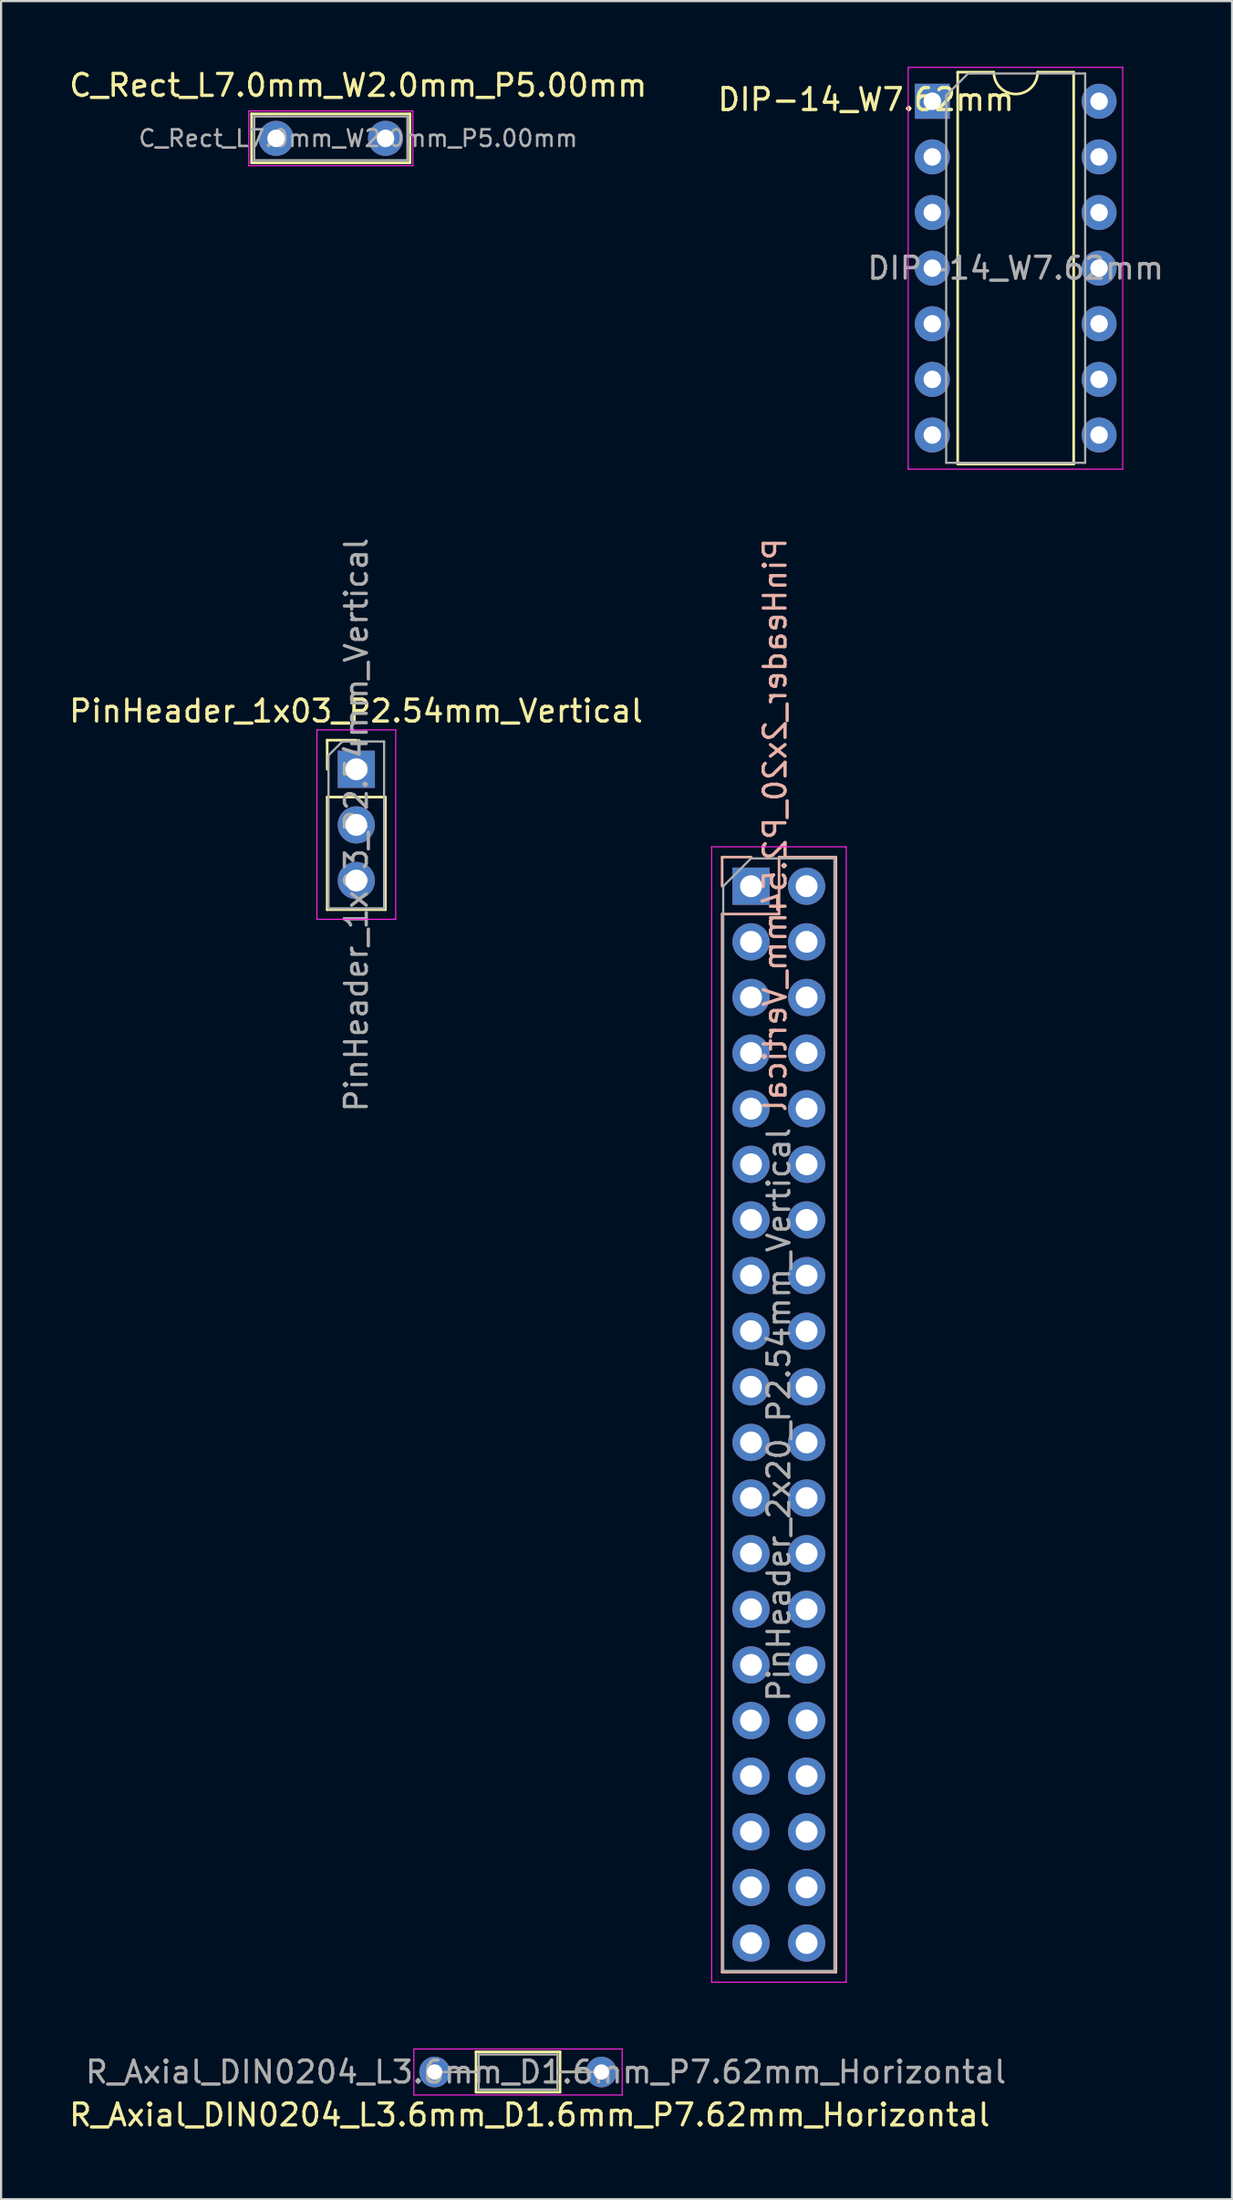
<source format=kicad_pcb>
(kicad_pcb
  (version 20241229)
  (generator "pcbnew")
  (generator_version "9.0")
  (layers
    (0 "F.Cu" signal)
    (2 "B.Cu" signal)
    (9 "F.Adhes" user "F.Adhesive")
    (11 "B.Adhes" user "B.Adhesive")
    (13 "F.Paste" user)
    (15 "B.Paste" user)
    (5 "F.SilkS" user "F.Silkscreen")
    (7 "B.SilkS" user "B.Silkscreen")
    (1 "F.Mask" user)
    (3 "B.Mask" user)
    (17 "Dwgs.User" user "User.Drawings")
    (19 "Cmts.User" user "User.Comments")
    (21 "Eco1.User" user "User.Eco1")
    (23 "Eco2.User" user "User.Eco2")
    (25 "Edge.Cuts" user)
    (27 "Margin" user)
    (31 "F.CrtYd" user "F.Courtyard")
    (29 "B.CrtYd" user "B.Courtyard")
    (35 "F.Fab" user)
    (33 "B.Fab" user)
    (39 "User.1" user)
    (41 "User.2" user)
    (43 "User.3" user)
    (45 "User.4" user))
  (footprint "C_Rect_L7.0mm_W2.0mm_P5.00mm"
    (layer "F.Cu")
    (at 9.565 3.268)
    (property "Reference" "C_Rect_L7.0mm_W2.0mm_P5.00mm" (at 3.75 -2.42 0) (layer "F.SilkS") (effects (font (size 1 1) (thickness 0.15))))
    (attr through_hole)
    (fp_line (start -1.12 -1.12) (end -1.12 1.12) (stroke (width 0.12) (type solid)) (layer "F.SilkS"))
    (fp_line (start -1.12 -1.12) (end 6.12 -1.12) (stroke (width 0.12) (type solid)) (layer "F.SilkS"))
    (fp_line (start -1.12 1.12) (end 6.12 1.12) (stroke (width 0.12) (type solid)) (layer "F.SilkS"))
    (fp_line (start 6.12 -1.12) (end 6.12 1.12) (stroke (width 0.12) (type solid)) (layer "F.SilkS"))
    (fp_line (start -1.25 -1.25) (end -1.25 1.25) (stroke (width 0.05) (type solid)) (layer "F.CrtYd"))
    (fp_line (start -1.25 1.25) (end 6.25 1.25) (stroke (width 0.05) (type solid)) (layer "F.CrtYd"))
    (fp_line (start 6.25 -1.25) (end -1.25 -1.25) (stroke (width 0.05) (type solid)) (layer "F.CrtYd"))
    (fp_line (start 6.25 1.25) (end 6.25 -1.25) (stroke (width 0.05) (type solid)) (layer "F.CrtYd"))
    (fp_line (start -1 -1) (end -1 1) (stroke (width 0.1) (type solid)) (layer "F.Fab"))
    (fp_line (start -1 1) (end 6 1) (stroke (width 0.1) (type solid)) (layer "F.Fab"))
    (fp_line (start 6 -1) (end -1 -1) (stroke (width 0.1) (type solid)) (layer "F.Fab"))
    (fp_line (start 6 1) (end 6 -1) (stroke (width 0.1) (type solid)) (layer "F.Fab"))
    (fp_text user "${REFERENCE}" (at 3.75 0 0) (layer "F.Fab") (effects (font (size 0.76 0.76) (thickness 0.114))))
    (pad "1" thru_hole circle (at 0 0) (size 1.6 1.6) (drill 0.8) (layers "*.Cu" "*.Mask"))
    (pad "2" thru_hole circle (at 5 0) (size 1.6 1.6) (drill 0.8) (layers "*.Cu" "*.Mask")))
  (footprint "PinHeader_2x20_P2.54mm_Vertical"
    (layer "F.Cu")
    (at 31.265 37.42)
    (property "Reference" "PinHeader_2x20_P2.54mm_Vertical" (at 1.1 -2.8 270) (layer "B.SilkS") (effects (font (size 1 1) (thickness 0.15)) (justify mirror)))
    (attr through_hole)
    (fp_line (start -1.32 -1.33) (end 0.01 -1.33) (stroke (width 0.12) (type solid)) (layer "B.SilkS"))
    (fp_line (start -1.32 0) (end -1.32 -1.33) (stroke (width 0.12) (type solid)) (layer "B.SilkS"))
    (fp_line (start -1.32 1.27) (end -1.32 49.59) (stroke (width 0.12) (type solid)) (layer "B.SilkS"))
    (fp_line (start -1.32 1.27) (end 1.28 1.27) (stroke (width 0.12) (type solid)) (layer "B.SilkS"))
    (fp_line (start -1.32 49.59) (end 3.88 49.59) (stroke (width 0.12) (type solid)) (layer "B.SilkS"))
    (fp_line (start 1.28 -1.33) (end 3.88 -1.33) (stroke (width 0.12) (type solid)) (layer "B.SilkS"))
    (fp_line (start 1.28 1.27) (end 1.28 -1.33) (stroke (width 0.12) (type solid)) (layer "B.SilkS"))
    (fp_line (start 3.88 -1.33) (end 3.88 49.59) (stroke (width 0.12) (type solid)) (layer "B.SilkS"))
    (fp_line (start -1.8 -1.8) (end -1.8 50.05) (stroke (width 0.05) (type solid)) (layer "F.CrtYd"))
    (fp_line (start -1.8 50.05) (end 4.35 50.05) (stroke (width 0.05) (type solid)) (layer "F.CrtYd"))
    (fp_line (start 4.35 -1.8) (end -1.8 -1.8) (stroke (width 0.05) (type solid)) (layer "F.CrtYd"))
    (fp_line (start 4.35 50.05) (end 4.35 -1.8) (stroke (width 0.05) (type solid)) (layer "F.CrtYd"))
    (fp_line (start -1.27 0) (end 0 -1.27) (stroke (width 0.1) (type solid)) (layer "F.Fab"))
    (fp_line (start -1.27 49.53) (end -1.27 0) (stroke (width 0.1) (type solid)) (layer "F.Fab"))
    (fp_line (start 0 -1.27) (end 3.81 -1.27) (stroke (width 0.1) (type solid)) (layer "F.Fab"))
    (fp_line (start 3.81 -1.27) (end 3.81 49.53) (stroke (width 0.1) (type solid)) (layer "F.Fab"))
    (fp_line (start 3.81 49.53) (end -1.27 49.53) (stroke (width 0.1) (type solid)) (layer "F.Fab"))
    (fp_text user "${REFERENCE}" (at 1.27 24.13 270) (layer "F.Fab") (effects (font (size 1 1) (thickness 0.15))))
    (pad "1" thru_hole rect (at 0 0) (size 1.7 1.7) (drill 1) (layers "*.Cu" "*.Mask"))
    (pad "2" thru_hole oval (at 2.54 0) (size 1.7 1.7) (drill 1) (layers "*.Cu" "*.Mask"))
    (pad "3" thru_hole oval (at 0 2.54) (size 1.7 1.7) (drill 1) (layers "*.Cu" "*.Mask"))
    (pad "4" thru_hole oval (at 2.54 2.54) (size 1.7 1.7) (drill 1) (layers "*.Cu" "*.Mask"))
    (pad "5" thru_hole oval (at 0 5.08) (size 1.7 1.7) (drill 1) (layers "*.Cu" "*.Mask"))
    (pad "6" thru_hole oval (at 2.54 5.08) (size 1.7 1.7) (drill 1) (layers "*.Cu" "*.Mask"))
    (pad "7" thru_hole oval (at 0 7.62) (size 1.7 1.7) (drill 1) (layers "*.Cu" "*.Mask"))
    (pad "8" thru_hole oval (at 2.54 7.62) (size 1.7 1.7) (drill 1) (layers "*.Cu" "*.Mask"))
    (pad "9" thru_hole oval (at 0 10.16) (size 1.7 1.7) (drill 1) (layers "*.Cu" "*.Mask"))
    (pad "10" thru_hole oval (at 2.54 10.16) (size 1.7 1.7) (drill 1) (layers "*.Cu" "*.Mask"))
    (pad "11" thru_hole oval (at 0 12.7) (size 1.7 1.7) (drill 1) (layers "*.Cu" "*.Mask"))
    (pad "12" thru_hole oval (at 2.54 12.7) (size 1.7 1.7) (drill 1) (layers "*.Cu" "*.Mask"))
    (pad "13" thru_hole oval (at 0 15.24) (size 1.7 1.7) (drill 1) (layers "*.Cu" "*.Mask"))
    (pad "14" thru_hole oval (at 2.54 15.24) (size 1.7 1.7) (drill 1) (layers "*.Cu" "*.Mask"))
    (pad "15" thru_hole oval (at 0 17.78) (size 1.7 1.7) (drill 1) (layers "*.Cu" "*.Mask"))
    (pad "16" thru_hole oval (at 2.54 17.78) (size 1.7 1.7) (drill 1) (layers "*.Cu" "*.Mask"))
    (pad "17" thru_hole oval (at 0 20.32) (size 1.7 1.7) (drill 1) (layers "*.Cu" "*.Mask"))
    (pad "18" thru_hole oval (at 2.54 40.64) (size 1.7 1.7) (drill 1) (layers "*.Cu" "*.Mask"))
    (pad "19" thru_hole oval (at 0 22.86) (size 1.7 1.7) (drill 1) (layers "*.Cu" "*.Mask"))
    (pad "20" thru_hole oval (at 2.54 22.86) (size 1.7 1.7) (drill 1) (layers "*.Cu" "*.Mask"))
    (pad "21" thru_hole oval (at 0 25.4) (size 1.7 1.7) (drill 1) (layers "*.Cu" "*.Mask"))
    (pad "22" thru_hole oval (at 2.54 25.4) (size 1.7 1.7) (drill 1) (layers "*.Cu" "*.Mask"))
    (pad "23" thru_hole oval (at 0 27.94) (size 1.7 1.7) (drill 1) (layers "*.Cu" "*.Mask"))
    (pad "24" thru_hole oval (at 2.54 27.94) (size 1.7 1.7) (drill 1) (layers "*.Cu" "*.Mask"))
    (pad "25" thru_hole oval (at 0 30.48) (size 1.7 1.7) (drill 1) (layers "*.Cu" "*.Mask"))
    (pad "26" thru_hole oval (at 2.54 30.48) (size 1.7 1.7) (drill 1) (layers "*.Cu" "*.Mask"))
    (pad "27" thru_hole oval (at 0 33.02) (size 1.7 1.7) (drill 1) (layers "*.Cu" "*.Mask"))
    (pad "28" thru_hole oval (at 2.54 33.02) (size 1.7 1.7) (drill 1) (layers "*.Cu" "*.Mask"))
    (pad "29" thru_hole oval (at 0 35.56) (size 1.7 1.7) (drill 1) (layers "*.Cu" "*.Mask"))
    (pad "30" thru_hole oval (at 2.54 35.56) (size 1.7 1.7) (drill 1) (layers "*.Cu" "*.Mask"))
    (pad "31" thru_hole oval (at 0 38.1) (size 1.7 1.7) (drill 1) (layers "*.Cu" "*.Mask"))
    (pad "32" thru_hole oval (at 2.54 38.1) (size 1.7 1.7) (drill 1) (layers "*.Cu" "*.Mask"))
    (pad "33" thru_hole oval (at 0 40.64) (size 1.7 1.7) (drill 1) (layers "*.Cu" "*.Mask"))
    (pad "34" thru_hole oval (at 2.54 20.32) (size 1.7 1.7) (drill 1) (layers "*.Cu" "*.Mask"))
    (pad "35" thru_hole oval (at 0 43.18) (size 1.7 1.7) (drill 1) (layers "*.Cu" "*.Mask"))
    (pad "36" thru_hole oval (at 2.54 43.18) (size 1.7 1.7) (drill 1) (layers "*.Cu" "*.Mask"))
    (pad "37" thru_hole oval (at 0 45.72) (size 1.7 1.7) (drill 1) (layers "*.Cu" "*.Mask"))
    (pad "38" thru_hole oval (at 2.54 45.72) (size 1.7 1.7) (drill 1) (layers "*.Cu" "*.Mask"))
    (pad "39" thru_hole oval (at 0 48.26) (size 1.7 1.7) (drill 1) (layers "*.Cu" "*.Mask"))
    (pad "40" thru_hole oval (at 2.54 48.26) (size 1.7 1.7) (drill 1) (layers "*.Cu" "*.Mask")))
  (footprint "PinHeader_1x03_P2.54mm_Vertical"
    (layer "F.Cu")
    (at 13.23 32.08)
    (property "Reference" "PinHeader_1x03_P2.54mm_Vertical" (at -0.01 -2.66 180) (layer "F.SilkS") (effects (font (size 1 1) (thickness 0.15))))
    (attr through_hole)
    (fp_line (start -1.33 -1.33) (end 0 -1.33) (stroke (width 0.12) (type solid)) (layer "F.SilkS"))
    (fp_line (start -1.33 0) (end -1.33 -1.33) (stroke (width 0.12) (type solid)) (layer "F.SilkS"))
    (fp_line (start -1.33 1.27) (end -1.33 6.41) (stroke (width 0.12) (type solid)) (layer "F.SilkS"))
    (fp_line (start -1.33 1.27) (end 1.33 1.27) (stroke (width 0.12) (type solid)) (layer "F.SilkS"))
    (fp_line (start -1.33 6.41) (end 1.33 6.41) (stroke (width 0.12) (type solid)) (layer "F.SilkS"))
    (fp_line (start 1.33 1.27) (end 1.33 6.41) (stroke (width 0.12) (type solid)) (layer "F.SilkS"))
    (fp_line (start -1.8 -1.8) (end -1.8 6.85) (stroke (width 0.05) (type solid)) (layer "F.CrtYd"))
    (fp_line (start -1.8 6.85) (end 1.8 6.85) (stroke (width 0.05) (type solid)) (layer "F.CrtYd"))
    (fp_line (start 1.8 -1.8) (end -1.8 -1.8) (stroke (width 0.05) (type solid)) (layer "F.CrtYd"))
    (fp_line (start 1.8 6.85) (end 1.8 -1.8) (stroke (width 0.05) (type solid)) (layer "F.CrtYd"))
    (fp_line (start -1.27 -0.635) (end -0.635 -1.27) (stroke (width 0.1) (type solid)) (layer "F.Fab"))
    (fp_line (start -1.27 6.35) (end -1.27 -0.635) (stroke (width 0.1) (type solid)) (layer "F.Fab"))
    (fp_line (start -0.635 -1.27) (end 1.27 -1.27) (stroke (width 0.1) (type solid)) (layer "F.Fab"))
    (fp_line (start 1.27 -1.27) (end 1.27 6.35) (stroke (width 0.1) (type solid)) (layer "F.Fab"))
    (fp_line (start 1.27 6.35) (end -1.27 6.35) (stroke (width 0.1) (type solid)) (layer "F.Fab"))
    (fp_text user "${REFERENCE}" (at 0 2.54 270) (layer "F.Fab") (effects (font (size 1 1) (thickness 0.15))))
    (pad "1" thru_hole rect (at 0 0) (size 1.7 1.7) (drill 1) (layers "*.Cu" "*.Mask"))
    (pad "2" thru_hole oval (at 0 2.54) (size 1.7 1.7) (drill 1) (layers "*.Cu" "*.Mask"))
    (pad "3" thru_hole oval (at 0 5.08) (size 1.7 1.7) (drill 1) (layers "*.Cu" "*.Mask")))
  (footprint "DIP-14_W7.62mm"
    (layer "F.Cu")
    (at 39.548 1.575)
    (property "Reference" "DIP-14_W7.62mm" (at -3.03 -0.08 180) (layer "F.SilkS") (effects (font (size 1 1) (thickness 0.15))))
    (attr through_hole)
    (fp_line (start 1.16 -1.33) (end 1.16 16.57) (stroke (width 0.12) (type solid)) (layer "F.SilkS"))
    (fp_line (start 1.16 16.57) (end 6.46 16.57) (stroke (width 0.12) (type solid)) (layer "F.SilkS"))
    (fp_line (start 2.81 -1.33) (end 1.16 -1.33) (stroke (width 0.12) (type solid)) (layer "F.SilkS"))
    (fp_line (start 6.46 -1.33) (end 4.81 -1.33) (stroke (width 0.12) (type solid)) (layer "F.SilkS"))
    (fp_line (start 6.46 16.57) (end 6.46 -1.33) (stroke (width 0.12) (type solid)) (layer "F.SilkS"))
    (fp_arc (start 4.81 -1.33) (mid 3.81 -0.33) (end 2.81 -1.33) (stroke (width 0.12) (type solid)) (layer "F.SilkS"))
    (fp_line (start -1.1 -1.55) (end -1.1 16.8) (stroke (width 0.05) (type solid)) (layer "F.CrtYd"))
    (fp_line (start -1.1 16.8) (end 8.7 16.8) (stroke (width 0.05) (type solid)) (layer "F.CrtYd"))
    (fp_line (start 8.7 -1.55) (end -1.1 -1.55) (stroke (width 0.05) (type solid)) (layer "F.CrtYd"))
    (fp_line (start 8.7 16.8) (end 8.7 -1.55) (stroke (width 0.05) (type solid)) (layer "F.CrtYd"))
    (fp_line (start 0.635 -0.27) (end 1.635 -1.27) (stroke (width 0.1) (type solid)) (layer "F.Fab"))
    (fp_line (start 0.635 16.51) (end 0.635 -0.27) (stroke (width 0.1) (type solid)) (layer "F.Fab"))
    (fp_line (start 1.635 -1.27) (end 6.985 -1.27) (stroke (width 0.1) (type solid)) (layer "F.Fab"))
    (fp_line (start 6.985 -1.27) (end 6.985 16.51) (stroke (width 0.1) (type solid)) (layer "F.Fab"))
    (fp_line (start 6.985 16.51) (end 0.635 16.51) (stroke (width 0.1) (type solid)) (layer "F.Fab"))
    (fp_text user "${REFERENCE}" (at 3.81 7.62 180) (layer "F.Fab") (effects (font (size 1 1) (thickness 0.15))))
    (pad "1" thru_hole rect (at 0 0) (size 1.6 1.6) (drill 0.8) (layers "*.Cu" "*.Mask"))
    (pad "2" thru_hole oval (at 0 2.54) (size 1.6 1.6) (drill 0.8) (layers "*.Cu" "*.Mask"))
    (pad "3" thru_hole oval (at 0 5.08) (size 1.6 1.6) (drill 0.8) (layers "*.Cu" "*.Mask"))
    (pad "4" thru_hole oval (at 0 7.62) (size 1.6 1.6) (drill 0.8) (layers "*.Cu" "*.Mask"))
    (pad "5" thru_hole oval (at 0 10.16) (size 1.6 1.6) (drill 0.8) (layers "*.Cu" "*.Mask"))
    (pad "6" thru_hole oval (at 0 12.7) (size 1.6 1.6) (drill 0.8) (layers "*.Cu" "*.Mask"))
    (pad "7" thru_hole oval (at 0 15.24) (size 1.6 1.6) (drill 0.8) (layers "*.Cu" "*.Mask"))
    (pad "8" thru_hole oval (at 7.62 15.24) (size 1.6 1.6) (drill 0.8) (layers "*.Cu" "*.Mask"))
    (pad "9" thru_hole oval (at 7.62 12.7) (size 1.6 1.6) (drill 0.8) (layers "*.Cu" "*.Mask"))
    (pad "10" thru_hole oval (at 7.62 10.16) (size 1.6 1.6) (drill 0.8) (layers "*.Cu" "*.Mask"))
    (pad "11" thru_hole oval (at 7.62 7.62) (size 1.6 1.6) (drill 0.8) (layers "*.Cu" "*.Mask"))
    (pad "12" thru_hole oval (at 7.62 5.08) (size 1.6 1.6) (drill 0.8) (layers "*.Cu" "*.Mask"))
    (pad "13" thru_hole oval (at 7.62 2.54) (size 1.6 1.6) (drill 0.8) (layers "*.Cu" "*.Mask"))
    (pad "14" thru_hole oval (at 7.62 0) (size 1.6 1.6) (drill 0.8) (layers "*.Cu" "*.Mask")))
  (footprint "R_Axial_DIN0204_L3.6mm_D1.6mm_P7.62mm_Horizontal"
    (layer "F.Cu")
    (at 16.809 91.57)
    (property "Reference" "R_Axial_DIN0204_L3.6mm_D1.6mm_P7.62mm_Horizontal" (at 4.34 1.96 180) (layer "F.SilkS") (effects (font (size 1 1) (thickness 0.15))))
    (attr through_hole)
    (fp_line (start 0.94 0) (end 1.89 0) (stroke (width 0.12) (type solid)) (layer "F.SilkS"))
    (fp_line (start 1.89 -0.92) (end 1.89 0.92) (stroke (width 0.12) (type solid)) (layer "F.SilkS"))
    (fp_line (start 1.89 0.92) (end 5.73 0.92) (stroke (width 0.12) (type solid)) (layer "F.SilkS"))
    (fp_line (start 5.73 -0.92) (end 1.89 -0.92) (stroke (width 0.12) (type solid)) (layer "F.SilkS"))
    (fp_line (start 5.73 0.92) (end 5.73 -0.92) (stroke (width 0.12) (type solid)) (layer "F.SilkS"))
    (fp_line (start 6.68 0) (end 5.73 0) (stroke (width 0.12) (type solid)) (layer "F.SilkS"))
    (fp_line (start -0.95 -1.05) (end -0.95 1.05) (stroke (width 0.05) (type solid)) (layer "F.CrtYd"))
    (fp_line (start -0.95 1.05) (end 8.57 1.05) (stroke (width 0.05) (type solid)) (layer "F.CrtYd"))
    (fp_line (start 8.57 -1.05) (end -0.95 -1.05) (stroke (width 0.05) (type solid)) (layer "F.CrtYd"))
    (fp_line (start 8.57 1.05) (end 8.57 -1.05) (stroke (width 0.05) (type solid)) (layer "F.CrtYd"))
    (fp_line (start 0 0) (end 2.01 0) (stroke (width 0.1) (type solid)) (layer "F.Fab"))
    (fp_line (start 2.01 -0.8) (end 2.01 0.8) (stroke (width 0.1) (type solid)) (layer "F.Fab"))
    (fp_line (start 2.01 0.8) (end 5.61 0.8) (stroke (width 0.1) (type solid)) (layer "F.Fab"))
    (fp_line (start 5.61 -0.8) (end 2.01 -0.8) (stroke (width 0.1) (type solid)) (layer "F.Fab"))
    (fp_line (start 5.61 0.8) (end 5.61 -0.8) (stroke (width 0.1) (type solid)) (layer "F.Fab"))
    (fp_line (start 7.62 0) (end 5.61 0) (stroke (width 0.1) (type solid)) (layer "F.Fab"))
    (fp_text user "${REFERENCE}" (at 5.08 0 180) (layer "F.Fab") (effects (font (size 1 1) (thickness 0.15))))
    (pad "1" thru_hole circle (at 0 0) (size 1.4 1.4) (drill 0.7) (layers "*.Cu" "*.Mask"))
    (pad "2" thru_hole oval (at 7.62 0) (size 1.4 1.4) (drill 0.7) (layers "*.Cu" "*.Mask")))
  (gr_rect
    (start -3 -3)
    (end 53.245 97.378)
    (stroke (width 0.1) (type default))
    (fill no)
    (layer "Edge.Cuts")))
</source>
